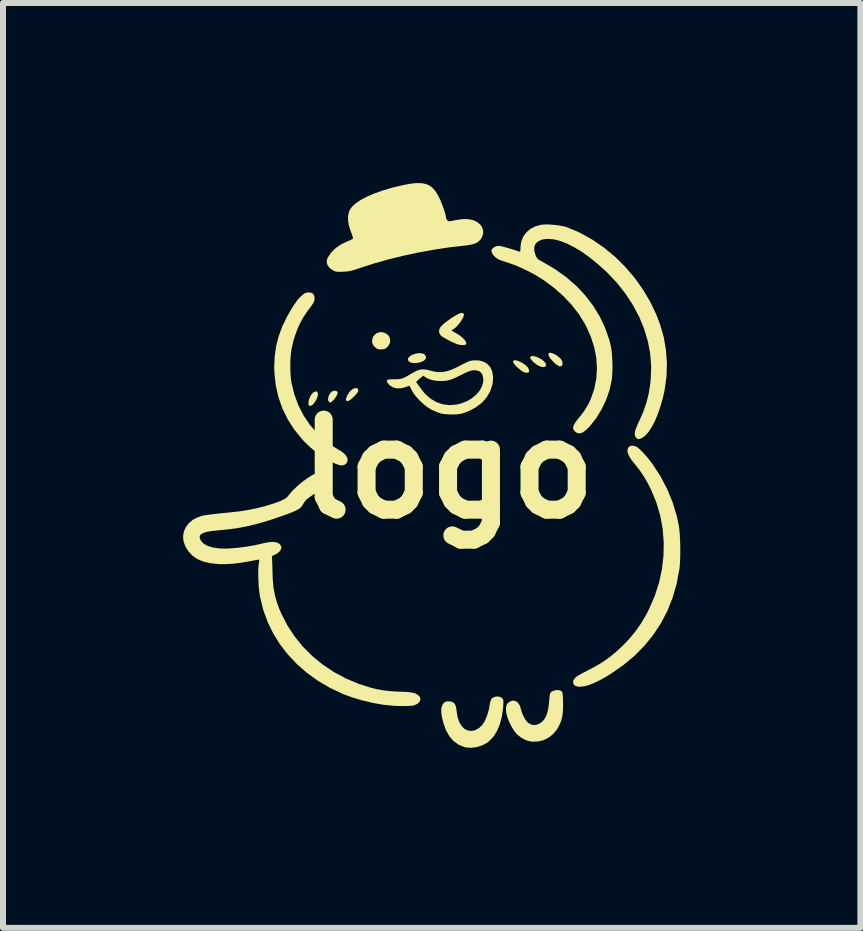
<source format=kicad_pcb>
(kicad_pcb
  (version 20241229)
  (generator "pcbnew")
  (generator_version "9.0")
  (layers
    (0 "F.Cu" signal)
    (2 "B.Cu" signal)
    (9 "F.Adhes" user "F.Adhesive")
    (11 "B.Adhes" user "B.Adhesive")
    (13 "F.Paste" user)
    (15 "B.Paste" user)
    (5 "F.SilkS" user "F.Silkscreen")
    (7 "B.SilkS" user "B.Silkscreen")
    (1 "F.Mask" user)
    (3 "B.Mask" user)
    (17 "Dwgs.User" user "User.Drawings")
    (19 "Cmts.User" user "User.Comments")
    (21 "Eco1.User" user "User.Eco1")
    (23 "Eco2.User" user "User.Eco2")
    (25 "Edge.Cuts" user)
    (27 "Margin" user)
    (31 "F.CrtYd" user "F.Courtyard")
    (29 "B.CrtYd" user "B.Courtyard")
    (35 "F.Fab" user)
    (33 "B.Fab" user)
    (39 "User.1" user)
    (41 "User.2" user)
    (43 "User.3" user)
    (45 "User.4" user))
  (footprint "logo"
    (layer "F.Cu")
    (at 4.414 4.762)
    (property "Reference" "logo" (at 0 0 0) (layer "F.SilkS") (effects (font (size 1.5 1.5) (thickness 0.3))))
    (attr board_only exclude_from_pos_files exclude_from_bom)
    (fp_poly (pts (xy -2.183 -1.287) (xy -2.169 -1.266) (xy -2.168 -1.231) (xy -2.181 -1.185) (xy -2.187 -1.171) (xy -2.214 -1.121) (xy -2.243 -1.082) (xy -2.272 -1.058) (xy -2.297 -1.049) (xy -2.317 -1.057) (xy -2.324 -1.071) (xy -2.326 -1.11) (xy -2.316 -1.158) (xy -2.296 -1.207) (xy -2.269 -1.25) (xy -2.242 -1.277) (xy -2.207 -1.292)) (stroke (width 0) (type solid)) (fill yes) (layer "F.SilkS"))
    (fp_poly (pts (xy -1.862 -1.3) (xy -1.846 -1.287) (xy -1.838 -1.272) (xy -1.841 -1.253) (xy -1.855 -1.223) (xy -1.858 -1.216) (xy -1.881 -1.181) (xy -1.908 -1.148) (xy -1.936 -1.121) (xy -1.958 -1.107) (xy -1.963 -1.106) (xy -1.978 -1.113) (xy -1.986 -1.12) (xy -1.999 -1.148) (xy -1.996 -1.19) (xy -1.984 -1.228) (xy -1.959 -1.267) (xy -1.928 -1.294) (xy -1.893 -1.305)) (stroke (width 0) (type solid)) (fill yes) (layer "F.SilkS"))
    (fp_poly (pts (xy -0.432 -1.926) (xy -0.395 -1.91) (xy -0.372 -1.884) (xy -0.367 -1.849) (xy -0.381 -1.821) (xy -0.413 -1.797) (xy -0.457 -1.778) (xy -0.508 -1.767) (xy -0.56 -1.763) (xy -0.607 -1.768) (xy -0.644 -1.784) (xy -0.648 -1.786) (xy -0.668 -1.814) (xy -0.667 -1.843) (xy -0.643 -1.872) (xy -0.599 -1.9) (xy -0.597 -1.901) (xy -0.537 -1.922) (xy -0.481 -1.93)) (stroke (width 0) (type solid)) (fill yes) (layer "F.SilkS"))
    (fp_poly (pts (xy 1.15 -1.805) (xy 1.184 -1.793) (xy 1.244 -1.762) (xy 1.294 -1.726) (xy 1.33 -1.688) (xy 1.349 -1.652) (xy 1.349 -1.619) (xy 1.349 -1.618) (xy 1.332 -1.604) (xy 1.302 -1.602) (xy 1.264 -1.613) (xy 1.232 -1.63) (xy 1.199 -1.655) (xy 1.159 -1.688) (xy 1.135 -1.71) (xy 1.099 -1.751) (xy 1.083 -1.783) (xy 1.087 -1.803) (xy 1.109 -1.811)) (stroke (width 0) (type solid)) (fill yes) (layer "F.SilkS"))
    (fp_poly (pts (xy -1.503 -1.336) (xy -1.494 -1.309) (xy -1.494 -1.308) (xy -1.501 -1.284) (xy -1.524 -1.252) (xy -1.564 -1.209) (xy -1.569 -1.204) (xy -1.618 -1.159) (xy -1.657 -1.134) (xy -1.685 -1.13) (xy -1.701 -1.146) (xy -1.701 -1.146) (xy -1.7 -1.169) (xy -1.688 -1.204) (xy -1.669 -1.243) (xy -1.645 -1.28) (xy -1.629 -1.298) (xy -1.593 -1.328) (xy -1.556 -1.345) (xy -1.525 -1.347)) (stroke (width 0) (type solid)) (fill yes) (layer "F.SilkS"))
    (fp_poly (pts (xy -1.046 -2.264) (xy -1 -2.232) (xy -0.972 -2.189) (xy -0.963 -2.139) (xy -0.973 -2.087) (xy -1.004 -2.039) (xy -1.034 -2.011) (xy -1.065 -1.997) (xy -1.101 -1.992) (xy -1.143 -1.991) (xy -1.174 -1.999) (xy -1.2 -2.014) (xy -1.241 -2.053) (xy -1.262 -2.097) (xy -1.266 -2.143) (xy -1.255 -2.188) (xy -1.23 -2.227) (xy -1.195 -2.258) (xy -1.15 -2.276) (xy -1.099 -2.279)) (stroke (width 0) (type solid)) (fill yes) (layer "F.SilkS"))
    (fp_poly (pts (xy 1.444 -1.876) (xy 1.487 -1.862) (xy 1.53 -1.841) (xy 1.571 -1.815) (xy 1.605 -1.786) (xy 1.627 -1.757) (xy 1.633 -1.729) (xy 1.633 -1.727) (xy 1.62 -1.705) (xy 1.592 -1.697) (xy 1.552 -1.702) (xy 1.511 -1.717) (xy 1.473 -1.74) (xy 1.435 -1.77) (xy 1.402 -1.802) (xy 1.378 -1.831) (xy 1.367 -1.853) (xy 1.367 -1.857) (xy 1.38 -1.876) (xy 1.408 -1.881)) (stroke (width 0) (type solid)) (fill yes) (layer "F.SilkS"))
    (fp_poly (pts (xy 1.734 -1.929) (xy 1.774 -1.912) (xy 1.815 -1.887) (xy 1.854 -1.857) (xy 1.884 -1.826) (xy 1.889 -1.818) (xy 1.905 -1.783) (xy 1.908 -1.748) (xy 1.899 -1.722) (xy 1.893 -1.716) (xy 1.878 -1.709) (xy 1.865 -1.708) (xy 1.845 -1.716) (xy 1.826 -1.726) (xy 1.795 -1.746) (xy 1.759 -1.779) (xy 1.724 -1.817) (xy 1.694 -1.855) (xy 1.677 -1.886) (xy 1.675 -1.892) (xy 1.674 -1.918) (xy 1.68 -1.932) (xy 1.701 -1.937)) (stroke (width 0) (type solid)) (fill yes) (layer "F.SilkS"))
    (fp_poly (pts (xy 0.252 -2.593) (xy 0.264 -2.581) (xy 0.263 -2.555) (xy 0.248 -2.518) (xy 0.223 -2.474) (xy 0.191 -2.428) (xy 0.155 -2.385) (xy 0.119 -2.35) (xy 0.09 -2.33) (xy 0.068 -2.316) (xy 0.059 -2.307) (xy 0.069 -2.299) (xy 0.094 -2.283) (xy 0.13 -2.263) (xy 0.135 -2.261) (xy 0.186 -2.23) (xy 0.233 -2.193) (xy 0.271 -2.156) (xy 0.296 -2.121) (xy 0.304 -2.093) (xy 0.304 -2.091) (xy 0.296 -2.072) (xy 0.275 -2.064) (xy 0.259 -2.063) (xy 0.217 -2.064) (xy 0.18 -2.07) (xy 0.142 -2.082) (xy 0.093 -2.103) (xy 0.038 -2.129) (xy -0.016 -2.157) (xy -0.065 -2.185) (xy -0.103 -2.209) (xy -0.125 -2.227) (xy -0.149 -2.271) (xy -0.149 -2.317) (xy -0.132 -2.356) (xy -0.105 -2.387) (xy -0.065 -2.424) (xy -0.015 -2.464) (xy 0.041 -2.503) (xy 0.097 -2.54) (xy 0.149 -2.57) (xy 0.193 -2.591) (xy 0.225 -2.6) (xy 0.227 -2.6)) (stroke (width 0) (type solid)) (fill yes) (layer "F.SilkS"))
    (fp_poly (pts (xy 0.862 3.797) (xy 0.881 3.805) (xy 0.901 3.818) (xy 0.914 3.834) (xy 0.921 3.858) (xy 0.922 3.894) (xy 0.919 3.947) (xy 0.917 3.978) (xy 0.897 4.123) (xy 0.863 4.253) (xy 0.815 4.366) (xy 0.755 4.461) (xy 0.682 4.537) (xy 0.653 4.56) (xy 0.574 4.603) (xy 0.486 4.632) (xy 0.395 4.645) (xy 0.308 4.641) (xy 0.262 4.63) (xy 0.168 4.589) (xy 0.086 4.528) (xy 0.018 4.447) (xy -0.037 4.348) (xy -0.079 4.229) (xy -0.081 4.222) (xy -0.102 4.132) (xy -0.113 4.06) (xy -0.113 4.001) (xy -0.106 3.966) (xy -0.086 3.915) (xy -0.056 3.884) (xy -0.015 3.871) (xy -0.001 3.871) (xy 0.05 3.875) (xy 0.087 3.889) (xy 0.113 3.916) (xy 0.131 3.959) (xy 0.142 4.022) (xy 0.146 4.059) (xy 0.161 4.144) (xy 0.189 4.222) (xy 0.229 4.286) (xy 0.273 4.33) (xy 0.33 4.358) (xy 0.392 4.365) (xy 0.454 4.351) (xy 0.515 4.317) (xy 0.569 4.265) (xy 0.578 4.253) (xy 0.61 4.202) (xy 0.64 4.135) (xy 0.666 4.06) (xy 0.684 3.987) (xy 0.688 3.959) (xy 0.699 3.895) (xy 0.713 3.851) (xy 0.731 3.822) (xy 0.753 3.806) (xy 0.808 3.789)) (stroke (width 0) (type solid)) (fill yes) (layer "F.SilkS"))
    (fp_poly (pts (xy 1.847 3.685) (xy 1.884 3.698) (xy 1.888 3.701) (xy 1.898 3.71) (xy 1.905 3.724) (xy 1.909 3.746) (xy 1.912 3.781) (xy 1.914 3.833) (xy 1.916 3.88) (xy 1.916 3.981) (xy 1.911 4.065) (xy 1.9 4.137) (xy 1.881 4.202) (xy 1.867 4.241) (xy 1.817 4.336) (xy 1.752 4.415) (xy 1.675 4.476) (xy 1.589 4.519) (xy 1.494 4.541) (xy 1.395 4.542) (xy 1.382 4.541) (xy 1.299 4.519) (xy 1.219 4.477) (xy 1.149 4.421) (xy 1.103 4.366) (xy 1.055 4.288) (xy 1.016 4.208) (xy 0.987 4.13) (xy 0.969 4.058) (xy 0.964 3.994) (xy 0.971 3.942) (xy 0.989 3.907) (xy 1.034 3.872) (xy 1.081 3.859) (xy 1.125 3.866) (xy 1.163 3.893) (xy 1.194 3.938) (xy 1.211 3.992) (xy 1.23 4.056) (xy 1.256 4.119) (xy 1.288 4.176) (xy 1.322 4.218) (xy 1.335 4.23) (xy 1.39 4.26) (xy 1.446 4.267) (xy 1.506 4.251) (xy 1.508 4.25) (xy 1.565 4.214) (xy 1.611 4.16) (xy 1.645 4.088) (xy 1.669 3.997) (xy 1.682 3.888) (xy 1.687 3.834) (xy 1.692 3.786) (xy 1.697 3.752) (xy 1.701 3.738) (xy 1.722 3.712) (xy 1.759 3.694) (xy 1.803 3.684)) (stroke (width 0) (type solid)) (fill yes) (layer "F.SilkS"))
    (fp_poly (pts (xy -2.273 -2.934) (xy -2.241 -2.911) (xy -2.226 -2.872) (xy -2.224 -2.844) (xy -2.225 -2.819) (xy -2.231 -2.795) (xy -2.243 -2.768) (xy -2.264 -2.734) (xy -2.296 -2.69) (xy -2.34 -2.632) (xy -2.348 -2.621) (xy -2.415 -2.521) (xy -2.477 -2.403) (xy -2.531 -2.273) (xy -2.576 -2.135) (xy -2.606 -2.006) (xy -2.618 -1.922) (xy -2.626 -1.823) (xy -2.628 -1.717) (xy -2.626 -1.611) (xy -2.619 -1.514) (xy -2.609 -1.44) (xy -2.562 -1.245) (xy -2.495 -1.063) (xy -2.408 -0.893) (xy -2.301 -0.734) (xy -2.172 -0.585) (xy -2.141 -0.552) (xy -2.099 -0.512) (xy -2.058 -0.476) (xy -2.015 -0.443) (xy -1.966 -0.409) (xy -1.906 -0.371) (xy -1.831 -0.325) (xy -1.797 -0.305) (xy -1.738 -0.263) (xy -1.697 -0.219) (xy -1.676 -0.174) (xy -1.674 -0.131) (xy -1.694 -0.093) (xy -1.699 -0.088) (xy -1.732 -0.065) (xy -1.771 -0.058) (xy -1.82 -0.066) (xy -1.881 -0.089) (xy -1.935 -0.115) (xy -2.069 -0.192) (xy -2.186 -0.27) (xy -2.292 -0.357) (xy -2.394 -0.455) (xy -2.433 -0.498) (xy -2.564 -0.659) (xy -2.673 -0.83) (xy -2.761 -1.011) (xy -2.827 -1.2) (xy -2.871 -1.397) (xy -2.893 -1.602) (xy -2.896 -1.7) (xy -2.888 -1.88) (xy -2.863 -2.051) (xy -2.82 -2.217) (xy -2.758 -2.382) (xy -2.676 -2.549) (xy -2.606 -2.67) (xy -2.56 -2.742) (xy -2.521 -2.797) (xy -2.485 -2.841) (xy -2.448 -2.878) (xy -2.424 -2.9) (xy -2.388 -2.926) (xy -2.357 -2.938) (xy -2.322 -2.941)) (stroke (width 0) (type solid)) (fill yes) (layer "F.SilkS"))
    (fp_poly (pts (xy 3.119 -0.379) (xy 3.148 -0.364) (xy 3.183 -0.337) (xy 3.227 -0.295) (xy 3.278 -0.241) (xy 3.33 -0.18) (xy 3.381 -0.115) (xy 3.405 -0.083) (xy 3.539 0.123) (xy 3.651 0.337) (xy 3.742 0.558) (xy 3.81 0.785) (xy 3.841 0.929) (xy 3.853 1.008) (xy 3.861 1.105) (xy 3.866 1.212) (xy 3.869 1.325) (xy 3.868 1.437) (xy 3.865 1.542) (xy 3.858 1.634) (xy 3.853 1.674) (xy 3.808 1.913) (xy 3.742 2.142) (xy 3.656 2.359) (xy 3.549 2.565) (xy 3.423 2.758) (xy 3.276 2.94) (xy 3.11 3.109) (xy 2.924 3.265) (xy 2.719 3.408) (xy 2.643 3.455) (xy 2.527 3.52) (xy 2.426 3.569) (xy 2.338 3.603) (xy 2.261 3.622) (xy 2.192 3.628) (xy 2.165 3.626) (xy 2.119 3.613) (xy 2.091 3.587) (xy 2.082 3.552) (xy 2.087 3.523) (xy 2.104 3.495) (xy 2.134 3.465) (xy 2.181 3.434) (xy 2.245 3.398) (xy 2.31 3.365) (xy 2.452 3.291) (xy 2.577 3.216) (xy 2.693 3.135) (xy 2.804 3.042) (xy 2.908 2.946) (xy 3.027 2.821) (xy 3.131 2.694) (xy 3.224 2.559) (xy 3.31 2.41) (xy 3.353 2.324) (xy 3.445 2.11) (xy 3.515 1.892) (xy 3.563 1.67) (xy 3.589 1.447) (xy 3.593 1.223) (xy 3.575 1) (xy 3.535 0.78) (xy 3.472 0.565) (xy 3.387 0.356) (xy 3.382 0.345) (xy 3.324 0.232) (xy 3.26 0.123) (xy 3.193 0.023) (xy 3.128 -0.06) (xy 3.066 -0.136) (xy 3.023 -0.2) (xy 2.997 -0.255) (xy 2.988 -0.301) (xy 2.995 -0.341) (xy 3.007 -0.362) (xy 3.034 -0.383) (xy 3.074 -0.388)) (stroke (width 0) (type solid)) (fill yes) (layer "F.SilkS"))
    (fp_poly (pts (xy -0.445 -4.761) (xy -0.374 -4.748) (xy -0.314 -4.724) (xy -0.262 -4.686) (xy -0.216 -4.635) (xy -0.175 -4.57) (xy -0.153 -4.53) (xy -0.126 -4.472) (xy -0.1 -4.409) (xy -0.076 -4.344) (xy -0.056 -4.284) (xy -0.042 -4.234) (xy -0.035 -4.199) (xy -0.035 -4.195) (xy -0.027 -4.163) (xy -0.013 -4.143) (xy -0.002 -4.133) (xy 0.01 -4.127) (xy 0.029 -4.127) (xy 0.059 -4.131) (xy 0.105 -4.141) (xy 0.119 -4.144) (xy 0.234 -4.161) (xy 0.335 -4.161) (xy 0.421 -4.144) (xy 0.491 -4.11) (xy 0.546 -4.06) (xy 0.563 -4.035) (xy 0.584 -3.979) (xy 0.585 -3.917) (xy 0.566 -3.861) (xy 0.537 -3.817) (xy 0.5 -3.782) (xy 0.451 -3.756) (xy 0.387 -3.737) (xy 0.304 -3.723) (xy 0.259 -3.719) (xy 0.018 -3.691) (xy -0.234 -3.653) (xy -0.492 -3.606) (xy -0.749 -3.551) (xy -1 -3.489) (xy -1.239 -3.421) (xy -1.418 -3.364) (xy -1.495 -3.338) (xy -1.555 -3.318) (xy -1.603 -3.305) (xy -1.644 -3.296) (xy -1.682 -3.29) (xy -1.723 -3.287) (xy -1.747 -3.286) (xy -1.803 -3.284) (xy -1.841 -3.284) (xy -1.869 -3.288) (xy -1.894 -3.297) (xy -1.918 -3.309) (xy -1.973 -3.348) (xy -2.008 -3.395) (xy -2.022 -3.447) (xy -2.013 -3.502) (xy -2.004 -3.521) (xy -1.95 -3.602) (xy -1.876 -3.676) (xy -1.784 -3.74) (xy -1.686 -3.788) (xy -1.643 -3.806) (xy -1.608 -3.822) (xy -1.588 -3.833) (xy -1.585 -3.835) (xy -1.585 -3.849) (xy -1.592 -3.879) (xy -1.606 -3.919) (xy -1.611 -3.932) (xy -1.648 -4.039) (xy -1.666 -4.133) (xy -1.666 -4.216) (xy -1.648 -4.29) (xy -1.636 -4.317) (xy -1.596 -4.372) (xy -1.534 -4.428) (xy -1.452 -4.483) (xy -1.351 -4.536) (xy -1.232 -4.588) (xy -1.097 -4.636) (xy -0.947 -4.681) (xy -0.876 -4.699) (xy -0.742 -4.73) (xy -0.627 -4.752) (xy -0.528 -4.762)) (stroke (width 0) (type solid)) (fill yes) (layer "F.SilkS"))
    (fp_poly (pts (xy 0.525 -1.806) (xy 0.6 -1.784) (xy 0.661 -1.744) (xy 0.707 -1.689) (xy 0.737 -1.619) (xy 0.75 -1.536) (xy 0.745 -1.441) (xy 0.736 -1.397) (xy 0.701 -1.291) (xy 0.644 -1.194) (xy 0.568 -1.107) (xy 0.473 -1.033) (xy 0.382 -0.982) (xy 0.329 -0.958) (xy 0.275 -0.937) (xy 0.23 -0.922) (xy 0.214 -0.919) (xy 0.152 -0.91) (xy 0.078 -0.907) (xy 0.001 -0.909) (xy -0.07 -0.915) (xy -0.118 -0.924) (xy -0.161 -0.938) (xy -0.214 -0.959) (xy -0.266 -0.982) (xy -0.271 -0.984) (xy -0.334 -1.022) (xy -0.402 -1.074) (xy -0.468 -1.135) (xy -0.529 -1.2) (xy -0.578 -1.264) (xy -0.606 -1.312) (xy -0.623 -1.348) (xy -0.636 -1.374) (xy -0.641 -1.385) (xy -0.652 -1.383) (xy -0.678 -1.374) (xy -0.704 -1.364) (xy -0.782 -1.344) (xy -0.855 -1.343) (xy -0.921 -1.36) (xy -0.975 -1.396) (xy -0.996 -1.419) (xy -1.011 -1.442) (xy -0.53 -1.442) (xy -0.529 -1.441) (xy -0.518 -1.429) (xy -0.497 -1.401) (xy -0.471 -1.364) (xy -0.46 -1.348) (xy -0.381 -1.249) (xy -0.291 -1.171) (xy -0.194 -1.113) (xy -0.089 -1.077) (xy 0.022 -1.063) (xy 0.138 -1.072) (xy 0.214 -1.09) (xy 0.309 -1.126) (xy 0.394 -1.176) (xy 0.467 -1.236) (xy 0.525 -1.303) (xy 0.565 -1.376) (xy 0.586 -1.451) (xy 0.588 -1.483) (xy 0.58 -1.549) (xy 0.556 -1.599) (xy 0.516 -1.631) (xy 0.46 -1.644) (xy 0.417 -1.644) (xy 0.379 -1.636) (xy 0.332 -1.62) (xy 0.272 -1.593) (xy 0.204 -1.56) (xy 0.135 -1.525) (xy 0.081 -1.501) (xy 0.036 -1.485) (xy -0.006 -1.474) (xy -0.034 -1.469) (xy -0.113 -1.464) (xy -0.194 -1.468) (xy -0.271 -1.482) (xy -0.336 -1.504) (xy -0.38 -1.53) (xy -0.412 -1.554) (xy -0.476 -1.502) (xy -0.507 -1.475) (xy -0.526 -1.454) (xy -0.53 -1.442) (xy -1.011 -1.442) (xy -1.016 -1.449) (xy -1.022 -1.47) (xy -1.011 -1.483) (xy -0.981 -1.491) (xy -0.932 -1.494) (xy -0.896 -1.494) (xy -0.85 -1.494) (xy -0.813 -1.497) (xy -0.781 -1.502) (xy -0.749 -1.513) (xy -0.712 -1.53) (xy -0.665 -1.556) (xy -0.604 -1.592) (xy -0.594 -1.598) (xy -0.526 -1.634) (xy -0.468 -1.655) (xy -0.411 -1.66) (xy -0.35 -1.653) (xy -0.302 -1.64) (xy -0.226 -1.621) (xy -0.157 -1.612) (xy -0.089 -1.614) (xy -0.019 -1.628) (xy 0.058 -1.654) (xy 0.146 -1.694) (xy 0.22 -1.731) (xy 0.279 -1.762) (xy 0.324 -1.783) (xy 0.36 -1.797) (xy 0.393 -1.804) (xy 0.428 -1.809) (xy 0.436 -1.809)) (stroke (width 0) (type solid)) (fill yes) (layer "F.SilkS"))
    (fp_poly (pts (xy 1.694 -4.072) (xy 1.778 -4.065) (xy 1.862 -4.054) (xy 1.937 -4.039) (xy 1.949 -4.036) (xy 1.993 -4.021) (xy 2.052 -3.998) (xy 2.118 -3.97) (xy 2.185 -3.94) (xy 2.207 -3.929) (xy 2.409 -3.817) (xy 2.601 -3.684) (xy 2.783 -3.534) (xy 2.952 -3.366) (xy 3.107 -3.185) (xy 3.246 -2.99) (xy 3.368 -2.785) (xy 3.47 -2.572) (xy 3.529 -2.416) (xy 3.592 -2.201) (xy 3.63 -1.982) (xy 3.646 -1.761) (xy 3.639 -1.538) (xy 3.608 -1.316) (xy 3.578 -1.181) (xy 3.537 -1.038) (xy 3.492 -0.908) (xy 3.443 -0.793) (xy 3.392 -0.695) (xy 3.339 -0.615) (xy 3.285 -0.555) (xy 3.244 -0.524) (xy 3.202 -0.503) (xy 3.173 -0.496) (xy 3.151 -0.504) (xy 3.129 -0.526) (xy 3.114 -0.553) (xy 3.109 -0.584) (xy 3.114 -0.623) (xy 3.13 -0.674) (xy 3.158 -0.74) (xy 3.181 -0.791) (xy 3.252 -0.951) (xy 3.305 -1.105) (xy 3.344 -1.262) (xy 3.37 -1.429) (xy 3.377 -1.508) (xy 3.384 -1.715) (xy 3.367 -1.922) (xy 3.328 -2.128) (xy 3.267 -2.331) (xy 3.185 -2.531) (xy 3.082 -2.726) (xy 2.96 -2.914) (xy 2.818 -3.095) (xy 2.657 -3.266) (xy 2.64 -3.282) (xy 2.501 -3.408) (xy 2.365 -3.519) (xy 2.231 -3.615) (xy 2.102 -3.693) (xy 1.979 -3.755) (xy 1.863 -3.8) (xy 1.754 -3.826) (xy 1.656 -3.833) (xy 1.568 -3.821) (xy 1.562 -3.819) (xy 1.501 -3.792) (xy 1.459 -3.753) (xy 1.437 -3.701) (xy 1.436 -3.639) (xy 1.455 -3.567) (xy 1.46 -3.556) (xy 1.473 -3.527) (xy 1.488 -3.506) (xy 1.51 -3.487) (xy 1.544 -3.466) (xy 1.58 -3.447) (xy 1.783 -3.328) (xy 1.969 -3.195) (xy 2.137 -3.049) (xy 2.286 -2.89) (xy 2.416 -2.721) (xy 2.526 -2.541) (xy 2.616 -2.352) (xy 2.685 -2.153) (xy 2.712 -2.045) (xy 2.724 -1.974) (xy 2.732 -1.886) (xy 2.738 -1.788) (xy 2.739 -1.688) (xy 2.736 -1.593) (xy 2.73 -1.509) (xy 2.725 -1.476) (xy 2.689 -1.311) (xy 2.632 -1.148) (xy 2.557 -0.991) (xy 2.467 -0.845) (xy 2.364 -0.714) (xy 2.35 -0.699) (xy 2.292 -0.643) (xy 2.242 -0.608) (xy 2.197 -0.593) (xy 2.164 -0.594) (xy 2.13 -0.611) (xy 2.101 -0.639) (xy 2.084 -0.672) (xy 2.082 -0.684) (xy 2.091 -0.721) (xy 2.117 -0.77) (xy 2.159 -0.827) (xy 2.193 -0.868) (xy 2.268 -0.965) (xy 2.335 -1.076) (xy 2.38 -1.171) (xy 2.436 -1.335) (xy 2.469 -1.504) (xy 2.48 -1.676) (xy 2.469 -1.851) (xy 2.435 -2.027) (xy 2.378 -2.203) (xy 2.3 -2.378) (xy 2.275 -2.425) (xy 2.176 -2.583) (xy 2.057 -2.736) (xy 1.919 -2.881) (xy 1.766 -3.017) (xy 1.6 -3.14) (xy 1.478 -3.217) (xy 1.364 -3.28) (xy 1.244 -3.339) (xy 1.126 -3.39) (xy 1.017 -3.43) (xy 0.995 -3.437) (xy 0.942 -3.454) (xy 0.893 -3.471) (xy 0.856 -3.484) (xy 0.841 -3.491) (xy 0.794 -3.521) (xy 0.756 -3.559) (xy 0.731 -3.598) (xy 0.722 -3.635) (xy 0.724 -3.648) (xy 0.743 -3.675) (xy 0.776 -3.698) (xy 0.816 -3.714) (xy 0.843 -3.718) (xy 0.866 -3.714) (xy 0.905 -3.705) (xy 0.956 -3.692) (xy 1.013 -3.676) (xy 1.071 -3.659) (xy 1.124 -3.642) (xy 1.166 -3.628) (xy 1.188 -3.619) (xy 1.198 -3.619) (xy 1.203 -3.631) (xy 1.206 -3.659) (xy 1.206 -3.691) (xy 1.218 -3.783) (xy 1.25 -3.866) (xy 1.301 -3.938) (xy 1.368 -3.996) (xy 1.451 -4.04) (xy 1.547 -4.067) (xy 1.555 -4.068) (xy 1.617 -4.073)) (stroke (width 0) (type solid)) (fill yes) (layer "F.SilkS"))
    (fp_poly (pts (xy -2.01 0.023) (xy -1.995 0.035) (xy -1.984 0.048) (xy -1.956 0.09) (xy -1.939 0.137) (xy -1.935 0.18) (xy -1.941 0.206) (xy -1.962 0.231) (xy -2.001 0.265) (xy -2.058 0.306) (xy -2.13 0.355) (xy -2.211 0.406) (xy -2.276 0.448) (xy -2.325 0.482) (xy -2.36 0.512) (xy -2.386 0.541) (xy -2.407 0.573) (xy -2.415 0.588) (xy -2.433 0.617) (xy -2.456 0.644) (xy -2.488 0.668) (xy -2.532 0.692) (xy -2.591 0.719) (xy -2.667 0.748) (xy -2.73 0.771) (xy -2.909 0.833) (xy -3.072 0.884) (xy -3.224 0.926) (xy -3.37 0.96) (xy -3.515 0.987) (xy -3.664 1.007) (xy -3.822 1.022) (xy -3.829 1.023) (xy -3.934 1.034) (xy -4.016 1.047) (xy -4.076 1.065) (xy -4.116 1.087) (xy -4.136 1.115) (xy -4.138 1.148) (xy -4.122 1.187) (xy -4.112 1.202) (xy -4.068 1.247) (xy -4.003 1.283) (xy -3.92 1.308) (xy -3.821 1.323) (xy -3.706 1.327) (xy -3.642 1.325) (xy -3.503 1.313) (xy -3.364 1.296) (xy -3.234 1.273) (xy -3.14 1.253) (xy -3.083 1.239) (xy -3.026 1.227) (xy -2.978 1.219) (xy -2.963 1.217) (xy -2.897 1.216) (xy -2.843 1.228) (xy -2.803 1.253) (xy -2.78 1.288) (xy -2.776 1.313) (xy -2.787 1.347) (xy -2.814 1.382) (xy -2.854 1.413) (xy -2.889 1.43) (xy -2.921 1.445) (xy -2.935 1.457) (xy -2.935 1.473) (xy -2.935 1.473) (xy -2.932 1.491) (xy -2.93 1.529) (xy -2.928 1.583) (xy -2.926 1.647) (xy -2.925 1.715) (xy -2.919 1.86) (xy -2.906 1.989) (xy -2.883 2.108) (xy -2.85 2.225) (xy -2.805 2.347) (xy -2.774 2.418) (xy -2.674 2.611) (xy -2.554 2.793) (xy -2.417 2.962) (xy -2.261 3.117) (xy -2.091 3.257) (xy -1.905 3.381) (xy -1.707 3.488) (xy -1.497 3.577) (xy -1.306 3.639) (xy -1.195 3.667) (xy -1.087 3.687) (xy -0.974 3.701) (xy -0.848 3.709) (xy -0.792 3.711) (xy -0.705 3.714) (xy -0.638 3.72) (xy -0.587 3.728) (xy -0.547 3.739) (xy -0.516 3.755) (xy -0.489 3.776) (xy -0.485 3.779) (xy -0.463 3.813) (xy -0.462 3.849) (xy -0.479 3.884) (xy -0.513 3.914) (xy -0.561 3.936) (xy -0.576 3.94) (xy -0.617 3.946) (xy -0.675 3.949) (xy -0.747 3.95) (xy -0.826 3.949) (xy -0.909 3.945) (xy -0.912 3.945) (xy -1.08 3.928) (xy -1.257 3.897) (xy -1.436 3.854) (xy -1.609 3.802) (xy -1.753 3.748) (xy -1.967 3.647) (xy -2.166 3.53) (xy -2.35 3.398) (xy -2.517 3.252) (xy -2.667 3.093) (xy -2.8 2.922) (xy -2.913 2.74) (xy -3.006 2.548) (xy -3.079 2.348) (xy -3.13 2.139) (xy -3.135 2.112) (xy -3.146 2.038) (xy -3.154 1.954) (xy -3.159 1.864) (xy -3.162 1.776) (xy -3.162 1.694) (xy -3.159 1.627) (xy -3.155 1.595) (xy -3.149 1.554) (xy -3.145 1.524) (xy -3.145 1.51) (xy -3.145 1.51) (xy -3.157 1.511) (xy -3.187 1.516) (xy -3.232 1.524) (xy -3.286 1.534) (xy -3.289 1.535) (xy -3.438 1.561) (xy -3.571 1.578) (xy -3.696 1.586) (xy -3.817 1.585) (xy -3.823 1.585) (xy -3.959 1.571) (xy -4.077 1.543) (xy -4.177 1.501) (xy -4.261 1.442) (xy -4.329 1.368) (xy -4.377 1.289) (xy -4.407 1.205) (xy -4.414 1.122) (xy -4.401 1.042) (xy -4.368 0.968) (xy -4.317 0.902) (xy -4.25 0.846) (xy -4.167 0.803) (xy -4.088 0.778) (xy -4.051 0.772) (xy -3.995 0.763) (xy -3.925 0.755) (xy -3.844 0.745) (xy -3.758 0.736) (xy -3.671 0.728) (xy -3.624 0.723) (xy -3.472 0.706) (xy -3.317 0.681) (xy -3.164 0.649) (xy -3.018 0.611) (xy -2.886 0.569) (xy -2.791 0.533) (xy -2.74 0.509) (xy -2.704 0.488) (xy -2.677 0.465) (xy -2.653 0.436) (xy -2.595 0.366) (xy -2.521 0.294) (xy -2.439 0.224) (xy -2.352 0.16) (xy -2.266 0.105) (xy -2.185 0.064) (xy -2.145 0.049) (xy -2.09 0.031) (xy -2.052 0.021) (xy -2.027 0.018)) (stroke (width 0) (type solid)) (fill yes) (layer "F.SilkS")))
  (gr_rect
    (start -3 -3)
    (end 11.283 12.407)
    (stroke (width 0.1) (type default))
    (fill no)
    (layer "Edge.Cuts")))
</source>
